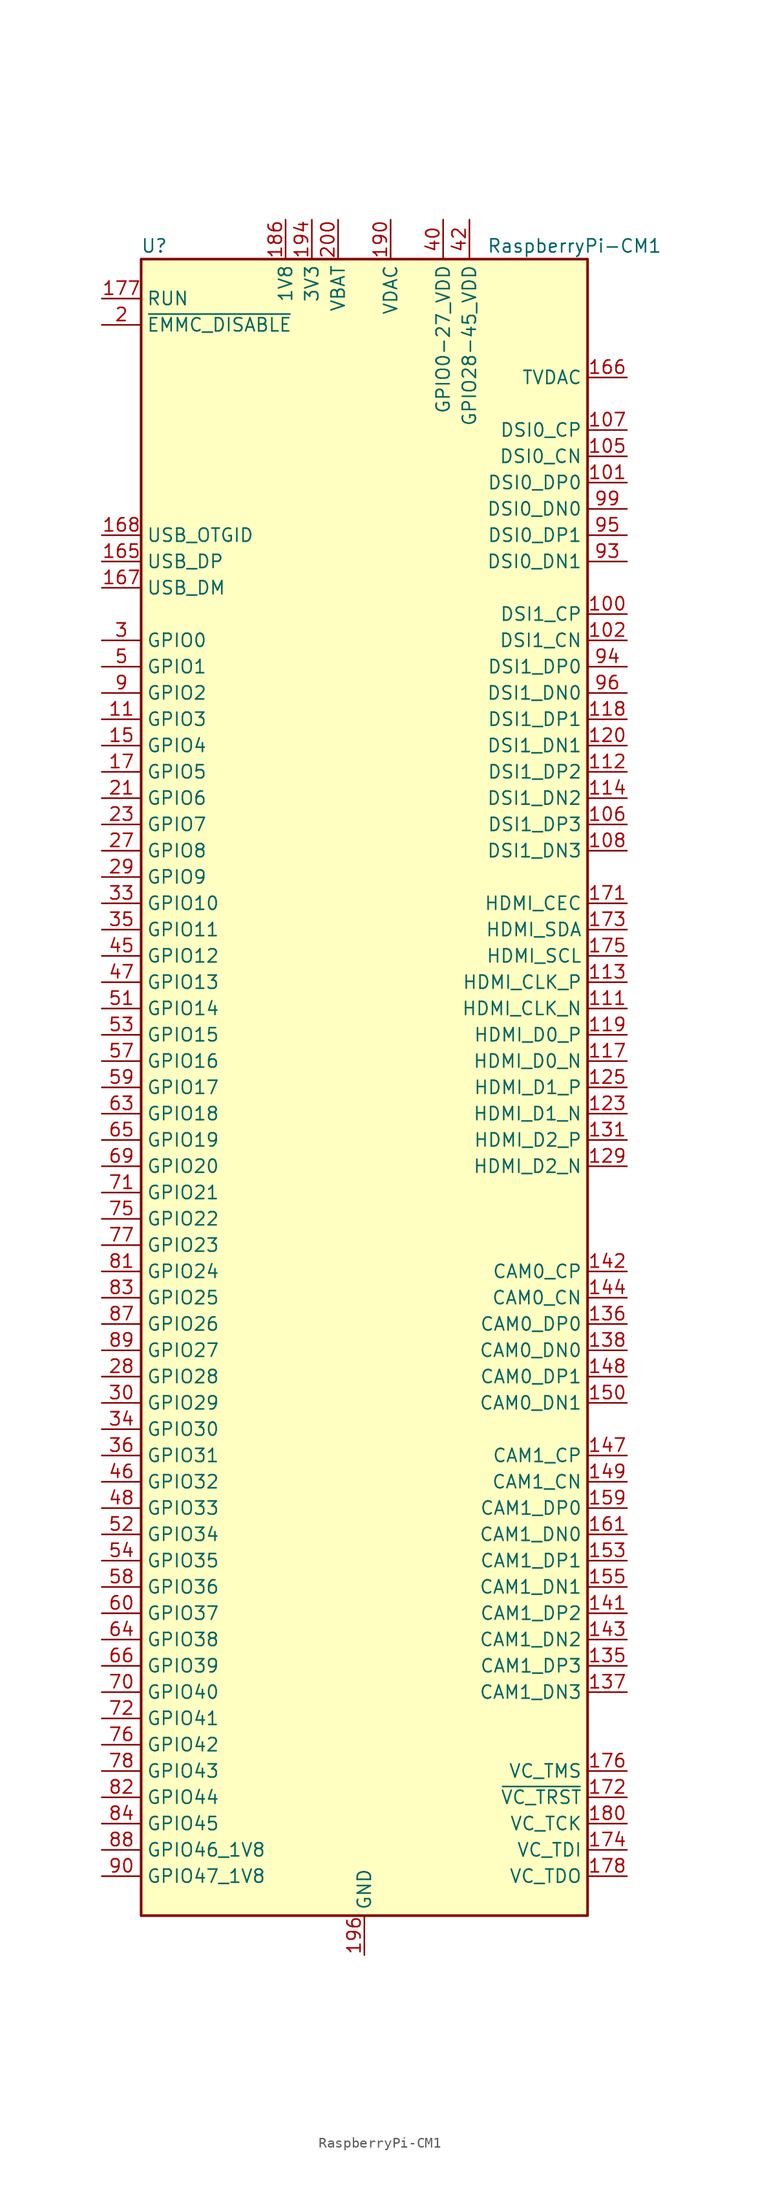
<source format=kicad_sym>
(kicad_symbol_lib
  (version 20241209)
  (generator "kicad_symbol_editor")
  (generator_version "9.0")
  (symbol "RaspberryPi-CM1"
    (property "Reference" "U"
      (at -20.32 81.28 0)
      (effects (font (size 1.27 1.27))))
    (property "Value" "RaspberryPi-CM1"
      (at 20.32 81.28 0)
      (effects (font (size 1.27 1.27))))
    (symbol "RaspberryPi-CM1_0_1"
      (rectangle (start -21.59 80.01) (end 21.59 -80.01) (stroke (width 0.254) (type default)) (fill (type background))))
    (symbol "RaspberryPi-CM1_1_1"
      (pin input line (at -25.4 76.2 0) (length 3.81) (name "RUN" (effects (font (size 1.27 1.27)))) (number "177" (effects (font (size 1.27 1.27)))))
      (pin input line (at -25.4 73.66 0) (length 3.81) (name "~{EMMC_DISABLE}" (effects (font (size 1.27 1.27)))) (number "2" (effects (font (size 1.27 1.27)))))
      (pin passive line (at -25.4 53.34 0) (length 3.81) (name "USB_OTGID" (effects (font (size 1.27 1.27)))) (number "168" (effects (font (size 1.27 1.27)))))
      (pin bidirectional line (at -25.4 50.8 0) (length 3.81) (name "USB_DP" (effects (font (size 1.27 1.27)))) (number "165" (effects (font (size 1.27 1.27)))))
      (pin bidirectional line (at -25.4 48.26 0) (length 3.81) (name "USB_DM" (effects (font (size 1.27 1.27)))) (number "167" (effects (font (size 1.27 1.27)))))
      (pin bidirectional line (at -25.4 43.18 0) (length 3.81) (name "GPIO0" (effects (font (size 1.27 1.27)))) (number "3" (effects (font (size 1.27 1.27)))))
      (pin bidirectional line (at -25.4 40.64 0) (length 3.81) (name "GPIO1" (effects (font (size 1.27 1.27)))) (number "5" (effects (font (size 1.27 1.27)))))
      (pin bidirectional line (at -25.4 38.1 0) (length 3.81) (name "GPIO2" (effects (font (size 1.27 1.27)))) (number "9" (effects (font (size 1.27 1.27)))))
      (pin bidirectional line (at -25.4 35.56 0) (length 3.81) (name "GPIO3" (effects (font (size 1.27 1.27)))) (number "11" (effects (font (size 1.27 1.27)))))
      (pin bidirectional line (at -25.4 33.02 0) (length 3.81) (name "GPIO4" (effects (font (size 1.27 1.27)))) (number "15" (effects (font (size 1.27 1.27)))))
      (pin bidirectional line (at -25.4 30.48 0) (length 3.81) (name "GPIO5" (effects (font (size 1.27 1.27)))) (number "17" (effects (font (size 1.27 1.27)))))
      (pin bidirectional line (at -25.4 27.94 0) (length 3.81) (name "GPIO6" (effects (font (size 1.27 1.27)))) (number "21" (effects (font (size 1.27 1.27)))))
      (pin bidirectional line (at -25.4 25.4 0) (length 3.81) (name "GPIO7" (effects (font (size 1.27 1.27)))) (number "23" (effects (font (size 1.27 1.27)))))
      (pin bidirectional line (at -25.4 22.86 0) (length 3.81) (name "GPIO8" (effects (font (size 1.27 1.27)))) (number "27" (effects (font (size 1.27 1.27)))))
      (pin bidirectional line (at -25.4 20.32 0) (length 3.81) (name "GPIO9" (effects (font (size 1.27 1.27)))) (number "29" (effects (font (size 1.27 1.27)))))
      (pin bidirectional line (at -25.4 17.78 0) (length 3.81) (name "GPIO10" (effects (font (size 1.27 1.27)))) (number "33" (effects (font (size 1.27 1.27)))))
      (pin bidirectional line (at -25.4 15.24 0) (length 3.81) (name "GPIO11" (effects (font (size 1.27 1.27)))) (number "35" (effects (font (size 1.27 1.27)))))
      (pin bidirectional line (at -25.4 12.7 0) (length 3.81) (name "GPIO12" (effects (font (size 1.27 1.27)))) (number "45" (effects (font (size 1.27 1.27)))))
      (pin bidirectional line (at -25.4 10.16 0) (length 3.81) (name "GPIO13" (effects (font (size 1.27 1.27)))) (number "47" (effects (font (size 1.27 1.27)))))
      (pin bidirectional line (at -25.4 7.62 0) (length 3.81) (name "GPIO14" (effects (font (size 1.27 1.27)))) (number "51" (effects (font (size 1.27 1.27)))))
      (pin bidirectional line (at -25.4 5.08 0) (length 3.81) (name "GPIO15" (effects (font (size 1.27 1.27)))) (number "53" (effects (font (size 1.27 1.27)))))
      (pin bidirectional line (at -25.4 2.54 0) (length 3.81) (name "GPIO16" (effects (font (size 1.27 1.27)))) (number "57" (effects (font (size 1.27 1.27)))))
      (pin bidirectional line (at -25.4 0 0) (length 3.81) (name "GPIO17" (effects (font (size 1.27 1.27)))) (number "59" (effects (font (size 1.27 1.27)))))
      (pin bidirectional line (at -25.4 -2.54 0) (length 3.81) (name "GPIO18" (effects (font (size 1.27 1.27)))) (number "63" (effects (font (size 1.27 1.27)))))
      (pin bidirectional line (at -25.4 -5.08 0) (length 3.81) (name "GPIO19" (effects (font (size 1.27 1.27)))) (number "65" (effects (font (size 1.27 1.27)))))
      (pin bidirectional line (at -25.4 -7.62 0) (length 3.81) (name "GPIO20" (effects (font (size 1.27 1.27)))) (number "69" (effects (font (size 1.27 1.27)))))
      (pin bidirectional line (at -25.4 -10.16 0) (length 3.81) (name "GPIO21" (effects (font (size 1.27 1.27)))) (number "71" (effects (font (size 1.27 1.27)))))
      (pin bidirectional line (at -25.4 -12.7 0) (length 3.81) (name "GPIO22" (effects (font (size 1.27 1.27)))) (number "75" (effects (font (size 1.27 1.27)))))
      (pin bidirectional line (at -25.4 -15.24 0) (length 3.81) (name "GPIO23" (effects (font (size 1.27 1.27)))) (number "77" (effects (font (size 1.27 1.27)))))
      (pin bidirectional line (at -25.4 -17.78 0) (length 3.81) (name "GPIO24" (effects (font (size 1.27 1.27)))) (number "81" (effects (font (size 1.27 1.27)))))
      (pin bidirectional line (at -25.4 -20.32 0) (length 3.81) (name "GPIO25" (effects (font (size 1.27 1.27)))) (number "83" (effects (font (size 1.27 1.27)))))
      (pin bidirectional line (at -25.4 -22.86 0) (length 3.81) (name "GPIO26" (effects (font (size 1.27 1.27)))) (number "87" (effects (font (size 1.27 1.27)))))
      (pin bidirectional line (at -25.4 -25.4 0) (length 3.81) (name "GPIO27" (effects (font (size 1.27 1.27)))) (number "89" (effects (font (size 1.27 1.27)))))
      (pin bidirectional line (at -25.4 -27.94 0) (length 3.81) (name "GPIO28" (effects (font (size 1.27 1.27)))) (number "28" (effects (font (size 1.27 1.27)))))
      (pin bidirectional line (at -25.4 -30.48 0) (length 3.81) (name "GPIO29" (effects (font (size 1.27 1.27)))) (number "30" (effects (font (size 1.27 1.27)))))
      (pin bidirectional line (at -25.4 -33.02 0) (length 3.81) (name "GPIO30" (effects (font (size 1.27 1.27)))) (number "34" (effects (font (size 1.27 1.27)))))
      (pin bidirectional line (at -25.4 -35.56 0) (length 3.81) (name "GPIO31" (effects (font (size 1.27 1.27)))) (number "36" (effects (font (size 1.27 1.27)))))
      (pin bidirectional line (at -25.4 -38.1 0) (length 3.81) (name "GPIO32" (effects (font (size 1.27 1.27)))) (number "46" (effects (font (size 1.27 1.27)))))
      (pin bidirectional line (at -25.4 -40.64 0) (length 3.81) (name "GPIO33" (effects (font (size 1.27 1.27)))) (number "48" (effects (font (size 1.27 1.27)))))
      (pin bidirectional line (at -25.4 -43.18 0) (length 3.81) (name "GPIO34" (effects (font (size 1.27 1.27)))) (number "52" (effects (font (size 1.27 1.27)))))
      (pin bidirectional line (at -25.4 -45.72 0) (length 3.81) (name "GPIO35" (effects (font (size 1.27 1.27)))) (number "54" (effects (font (size 1.27 1.27)))))
      (pin bidirectional line (at -25.4 -48.26 0) (length 3.81) (name "GPIO36" (effects (font (size 1.27 1.27)))) (number "58" (effects (font (size 1.27 1.27)))))
      (pin bidirectional line (at -25.4 -50.8 0) (length 3.81) (name "GPIO37" (effects (font (size 1.27 1.27)))) (number "60" (effects (font (size 1.27 1.27)))))
      (pin bidirectional line (at -25.4 -53.34 0) (length 3.81) (name "GPIO38" (effects (font (size 1.27 1.27)))) (number "64" (effects (font (size 1.27 1.27)))))
      (pin bidirectional line (at -25.4 -55.88 0) (length 3.81) (name "GPIO39" (effects (font (size 1.27 1.27)))) (number "66" (effects (font (size 1.27 1.27)))))
      (pin bidirectional line (at -25.4 -58.42 0) (length 3.81) (name "GPIO40" (effects (font (size 1.27 1.27)))) (number "70" (effects (font (size 1.27 1.27)))))
      (pin bidirectional line (at -25.4 -60.96 0) (length 3.81) (name "GPIO41" (effects (font (size 1.27 1.27)))) (number "72" (effects (font (size 1.27 1.27)))))
      (pin bidirectional line (at -25.4 -63.5 0) (length 3.81) (name "GPIO42" (effects (font (size 1.27 1.27)))) (number "76" (effects (font (size 1.27 1.27)))))
      (pin bidirectional line (at -25.4 -66.04 0) (length 3.81) (name "GPIO43" (effects (font (size 1.27 1.27)))) (number "78" (effects (font (size 1.27 1.27)))))
      (pin bidirectional line (at -25.4 -68.58 0) (length 3.81) (name "GPIO44" (effects (font (size 1.27 1.27)))) (number "82" (effects (font (size 1.27 1.27)))))
      (pin bidirectional line (at -25.4 -71.12 0) (length 3.81) (name "GPIO45" (effects (font (size 1.27 1.27)))) (number "84" (effects (font (size 1.27 1.27)))))
      (pin bidirectional line (at -25.4 -73.66 0) (length 3.81) (name "GPIO46_1V8" (effects (font (size 1.27 1.27)))) (number "88" (effects (font (size 1.27 1.27)))))
      (pin bidirectional line (at -25.4 -76.2 0) (length 3.81) (name "GPIO47_1V8" (effects (font (size 1.27 1.27)))) (number "90" (effects (font (size 1.27 1.27)))))
      (pin no_connect line (at -20.32 71.12 0) (length 2.54) (hide yes) (name "NC" (effects (font (size 1.27 1.27)))) (number "10" (effects (font (size 1.27 1.27)))))
      (pin no_connect line (at -20.32 68.58 0) (length 2.54) (hide yes) (name "NC" (effects (font (size 1.27 1.27)))) (number "12" (effects (font (size 1.27 1.27)))))
      (pin no_connect line (at -20.32 66.04 0) (length 2.54) (hide yes) (name "NC" (effects (font (size 1.27 1.27)))) (number "16" (effects (font (size 1.27 1.27)))))
      (pin no_connect line (at -20.32 63.5 0) (length 2.54) (hide yes) (name "NC" (effects (font (size 1.27 1.27)))) (number "18" (effects (font (size 1.27 1.27)))))
      (pin no_connect line (at -20.32 60.96 0) (length 2.54) (hide yes) (name "NC" (effects (font (size 1.27 1.27)))) (number "22" (effects (font (size 1.27 1.27)))))
      (pin no_connect line (at -20.32 58.42 0) (length 2.54) (hide yes) (name "NC" (effects (font (size 1.27 1.27)))) (number "24" (effects (font (size 1.27 1.27)))))
      (pin passive line (at -7.62 83.82 270) (length 3.81) (hide yes) (name "1V8" (effects (font (size 1.27 1.27)))) (number "183" (effects (font (size 1.27 1.27)))))
      (pin passive line (at -7.62 83.82 270) (length 3.81) (hide yes) (name "1V8" (effects (font (size 1.27 1.27)))) (number "184" (effects (font (size 1.27 1.27)))))
      (pin passive line (at -7.62 83.82 270) (length 3.81) (hide yes) (name "1V8" (effects (font (size 1.27 1.27)))) (number "185" (effects (font (size 1.27 1.27)))))
      (pin power_in line (at -7.62 83.82 270) (length 3.81) (name "1V8" (effects (font (size 1.27 1.27)))) (number "186" (effects (font (size 1.27 1.27)))))
      (pin passive line (at -5.08 83.82 270) (length 3.81) (hide yes) (name "3V3" (effects (font (size 1.27 1.27)))) (number "191" (effects (font (size 1.27 1.27)))))
      (pin passive line (at -5.08 83.82 270) (length 3.81) (hide yes) (name "3V3" (effects (font (size 1.27 1.27)))) (number "192" (effects (font (size 1.27 1.27)))))
      (pin passive line (at -5.08 83.82 270) (length 3.81) (hide yes) (name "3V3" (effects (font (size 1.27 1.27)))) (number "193" (effects (font (size 1.27 1.27)))))
      (pin power_in line (at -5.08 83.82 270) (length 3.81) (name "3V3" (effects (font (size 1.27 1.27)))) (number "194" (effects (font (size 1.27 1.27)))))
      (pin passive line (at -2.54 83.82 270) (length 3.81) (hide yes) (name "VBAT" (effects (font (size 1.27 1.27)))) (number "197" (effects (font (size 1.27 1.27)))))
      (pin passive line (at -2.54 83.82 270) (length 3.81) (hide yes) (name "VBAT" (effects (font (size 1.27 1.27)))) (number "198" (effects (font (size 1.27 1.27)))))
      (pin passive line (at -2.54 83.82 270) (length 3.81) (hide yes) (name "VBAT" (effects (font (size 1.27 1.27)))) (number "199" (effects (font (size 1.27 1.27)))))
      (pin power_in line (at -2.54 83.82 270) (length 3.81) (name "VBAT" (effects (font (size 1.27 1.27)))) (number "200" (effects (font (size 1.27 1.27)))))
      (pin no_connect line (at 0 78.74 270) (length 2.54) (hide yes) (name "VDD_CORE_(DO_NOT_CONNECT)" (effects (font (size 1.27 1.27)))) (number "179" (effects (font (size 1.27 1.27)))))
      (pin passive line (at 0 -83.82 90) (length 3.81) (hide yes) (name "GND" (effects (font (size 1.27 1.27)))) (number "1" (effects (font (size 1.27 1.27)))))
      (pin passive line (at 0 -83.82 90) (length 3.81) (hide yes) (name "GND" (effects (font (size 1.27 1.27)))) (number "103" (effects (font (size 1.27 1.27)))))
      (pin passive line (at 0 -83.82 90) (length 3.81) (hide yes) (name "GND" (effects (font (size 1.27 1.27)))) (number "104" (effects (font (size 1.27 1.27)))))
      (pin passive line (at 0 -83.82 90) (length 3.81) (hide yes) (name "GND" (effects (font (size 1.27 1.27)))) (number "109" (effects (font (size 1.27 1.27)))))
      (pin passive line (at 0 -83.82 90) (length 3.81) (hide yes) (name "GND" (effects (font (size 1.27 1.27)))) (number "110" (effects (font (size 1.27 1.27)))))
      (pin passive line (at 0 -83.82 90) (length 3.81) (hide yes) (name "GND" (effects (font (size 1.27 1.27)))) (number "115" (effects (font (size 1.27 1.27)))))
      (pin passive line (at 0 -83.82 90) (length 3.81) (hide yes) (name "GND" (effects (font (size 1.27 1.27)))) (number "116" (effects (font (size 1.27 1.27)))))
      (pin passive line (at 0 -83.82 90) (length 3.81) (hide yes) (name "GND" (effects (font (size 1.27 1.27)))) (number "121" (effects (font (size 1.27 1.27)))))
      (pin passive line (at 0 -83.82 90) (length 3.81) (hide yes) (name "GND" (effects (font (size 1.27 1.27)))) (number "122" (effects (font (size 1.27 1.27)))))
      (pin passive line (at 0 -83.82 90) (length 3.81) (hide yes) (name "GND" (effects (font (size 1.27 1.27)))) (number "127" (effects (font (size 1.27 1.27)))))
      (pin passive line (at 0 -83.82 90) (length 3.81) (hide yes) (name "GND" (effects (font (size 1.27 1.27)))) (number "13" (effects (font (size 1.27 1.27)))))
      (pin passive line (at 0 -83.82 90) (length 3.81) (hide yes) (name "GND" (effects (font (size 1.27 1.27)))) (number "133" (effects (font (size 1.27 1.27)))))
      (pin passive line (at 0 -83.82 90) (length 3.81) (hide yes) (name "GND" (effects (font (size 1.27 1.27)))) (number "134" (effects (font (size 1.27 1.27)))))
      (pin passive line (at 0 -83.82 90) (length 3.81) (hide yes) (name "GND" (effects (font (size 1.27 1.27)))) (number "139" (effects (font (size 1.27 1.27)))))
      (pin passive line (at 0 -83.82 90) (length 3.81) (hide yes) (name "GND" (effects (font (size 1.27 1.27)))) (number "140" (effects (font (size 1.27 1.27)))))
      (pin passive line (at 0 -83.82 90) (length 3.81) (hide yes) (name "GND" (effects (font (size 1.27 1.27)))) (number "145" (effects (font (size 1.27 1.27)))))
      (pin passive line (at 0 -83.82 90) (length 3.81) (hide yes) (name "GND" (effects (font (size 1.27 1.27)))) (number "146" (effects (font (size 1.27 1.27)))))
      (pin passive line (at 0 -83.82 90) (length 3.81) (hide yes) (name "GND" (effects (font (size 1.27 1.27)))) (number "151" (effects (font (size 1.27 1.27)))))
      (pin passive line (at 0 -83.82 90) (length 3.81) (hide yes) (name "GND" (effects (font (size 1.27 1.27)))) (number "152" (effects (font (size 1.27 1.27)))))
      (pin passive line (at 0 -83.82 90) (length 3.81) (hide yes) (name "GND" (effects (font (size 1.27 1.27)))) (number "157" (effects (font (size 1.27 1.27)))))
      (pin passive line (at 0 -83.82 90) (length 3.81) (hide yes) (name "GND" (effects (font (size 1.27 1.27)))) (number "163" (effects (font (size 1.27 1.27)))))
      (pin passive line (at 0 -83.82 90) (length 3.81) (hide yes) (name "GND" (effects (font (size 1.27 1.27)))) (number "164" (effects (font (size 1.27 1.27)))))
      (pin passive line (at 0 -83.82 90) (length 3.81) (hide yes) (name "GND" (effects (font (size 1.27 1.27)))) (number "169" (effects (font (size 1.27 1.27)))))
      (pin passive line (at 0 -83.82 90) (length 3.81) (hide yes) (name "GND" (effects (font (size 1.27 1.27)))) (number "170" (effects (font (size 1.27 1.27)))))
      (pin passive line (at 0 -83.82 90) (length 3.81) (hide yes) (name "GND" (effects (font (size 1.27 1.27)))) (number "181" (effects (font (size 1.27 1.27)))))
      (pin passive line (at 0 -83.82 90) (length 3.81) (hide yes) (name "GND" (effects (font (size 1.27 1.27)))) (number "182" (effects (font (size 1.27 1.27)))))
      (pin passive line (at 0 -83.82 90) (length 3.81) (hide yes) (name "GND" (effects (font (size 1.27 1.27)))) (number "187" (effects (font (size 1.27 1.27)))))
      (pin passive line (at 0 -83.82 90) (length 3.81) (hide yes) (name "GND" (effects (font (size 1.27 1.27)))) (number "188" (effects (font (size 1.27 1.27)))))
      (pin passive line (at 0 -83.82 90) (length 3.81) (hide yes) (name "GND" (effects (font (size 1.27 1.27)))) (number "19" (effects (font (size 1.27 1.27)))))
      (pin passive line (at 0 -83.82 90) (length 3.81) (hide yes) (name "GND" (effects (font (size 1.27 1.27)))) (number "195" (effects (font (size 1.27 1.27)))))
      (pin power_out line (at 0 -83.82 90) (length 3.81) (name "GND" (effects (font (size 1.27 1.27)))) (number "196" (effects (font (size 1.27 1.27)))))
      (pin passive line (at 0 -83.82 90) (length 3.81) (hide yes) (name "GND" (effects (font (size 1.27 1.27)))) (number "25" (effects (font (size 1.27 1.27)))))
      (pin passive line (at 0 -83.82 90) (length 3.81) (hide yes) (name "GND" (effects (font (size 1.27 1.27)))) (number "26" (effects (font (size 1.27 1.27)))))
      (pin passive line (at 0 -83.82 90) (length 3.81) (hide yes) (name "GND" (effects (font (size 1.27 1.27)))) (number "31" (effects (font (size 1.27 1.27)))))
      (pin passive line (at 0 -83.82 90) (length 3.81) (hide yes) (name "GND" (effects (font (size 1.27 1.27)))) (number "32" (effects (font (size 1.27 1.27)))))
      (pin passive line (at 0 -83.82 90) (length 3.81) (hide yes) (name "GND" (effects (font (size 1.27 1.27)))) (number "37" (effects (font (size 1.27 1.27)))))
      (pin passive line (at 0 -83.82 90) (length 3.81) (hide yes) (name "GND" (effects (font (size 1.27 1.27)))) (number "38" (effects (font (size 1.27 1.27)))))
      (pin passive line (at 0 -83.82 90) (length 3.81) (hide yes) (name "GND" (effects (font (size 1.27 1.27)))) (number "43" (effects (font (size 1.27 1.27)))))
      (pin passive line (at 0 -83.82 90) (length 3.81) (hide yes) (name "GND" (effects (font (size 1.27 1.27)))) (number "44" (effects (font (size 1.27 1.27)))))
      (pin passive line (at 0 -83.82 90) (length 3.81) (hide yes) (name "GND" (effects (font (size 1.27 1.27)))) (number "49" (effects (font (size 1.27 1.27)))))
      (pin passive line (at 0 -83.82 90) (length 3.81) (hide yes) (name "GND" (effects (font (size 1.27 1.27)))) (number "50" (effects (font (size 1.27 1.27)))))
      (pin passive line (at 0 -83.82 90) (length 3.81) (hide yes) (name "GND" (effects (font (size 1.27 1.27)))) (number "55" (effects (font (size 1.27 1.27)))))
      (pin passive line (at 0 -83.82 90) (length 3.81) (hide yes) (name "GND" (effects (font (size 1.27 1.27)))) (number "56" (effects (font (size 1.27 1.27)))))
      (pin passive line (at 0 -83.82 90) (length 3.81) (hide yes) (name "GND" (effects (font (size 1.27 1.27)))) (number "61" (effects (font (size 1.27 1.27)))))
      (pin passive line (at 0 -83.82 90) (length 3.81) (hide yes) (name "GND" (effects (font (size 1.27 1.27)))) (number "62" (effects (font (size 1.27 1.27)))))
      (pin passive line (at 0 -83.82 90) (length 3.81) (hide yes) (name "GND" (effects (font (size 1.27 1.27)))) (number "67" (effects (font (size 1.27 1.27)))))
      (pin passive line (at 0 -83.82 90) (length 3.81) (hide yes) (name "GND" (effects (font (size 1.27 1.27)))) (number "68" (effects (font (size 1.27 1.27)))))
      (pin passive line (at 0 -83.82 90) (length 3.81) (hide yes) (name "GND" (effects (font (size 1.27 1.27)))) (number "7" (effects (font (size 1.27 1.27)))))
      (pin passive line (at 0 -83.82 90) (length 3.81) (hide yes) (name "GND" (effects (font (size 1.27 1.27)))) (number "73" (effects (font (size 1.27 1.27)))))
      (pin passive line (at 0 -83.82 90) (length 3.81) (hide yes) (name "GND" (effects (font (size 1.27 1.27)))) (number "74" (effects (font (size 1.27 1.27)))))
      (pin passive line (at 0 -83.82 90) (length 3.81) (hide yes) (name "GND" (effects (font (size 1.27 1.27)))) (number "79" (effects (font (size 1.27 1.27)))))
      (pin passive line (at 0 -83.82 90) (length 3.81) (hide yes) (name "GND" (effects (font (size 1.27 1.27)))) (number "80" (effects (font (size 1.27 1.27)))))
      (pin passive line (at 0 -83.82 90) (length 3.81) (hide yes) (name "GND" (effects (font (size 1.27 1.27)))) (number "85" (effects (font (size 1.27 1.27)))))
      (pin passive line (at 0 -83.82 90) (length 3.81) (hide yes) (name "GND" (effects (font (size 1.27 1.27)))) (number "86" (effects (font (size 1.27 1.27)))))
      (pin passive line (at 0 -83.82 90) (length 3.81) (hide yes) (name "GND" (effects (font (size 1.27 1.27)))) (number "91" (effects (font (size 1.27 1.27)))))
      (pin passive line (at 0 -83.82 90) (length 3.81) (hide yes) (name "GND" (effects (font (size 1.27 1.27)))) (number "92" (effects (font (size 1.27 1.27)))))
      (pin passive line (at 0 -83.82 90) (length 3.81) (hide yes) (name "GND" (effects (font (size 1.27 1.27)))) (number "97" (effects (font (size 1.27 1.27)))))
      (pin passive line (at 0 -83.82 90) (length 3.81) (hide yes) (name "GND" (effects (font (size 1.27 1.27)))) (number "98" (effects (font (size 1.27 1.27)))))
      (pin passive line (at 2.54 83.82 270) (length 3.81) (hide yes) (name "VDAC" (effects (font (size 1.27 1.27)))) (number "189" (effects (font (size 1.27 1.27)))))
      (pin power_in line (at 2.54 83.82 270) (length 3.81) (name "VDAC" (effects (font (size 1.27 1.27)))) (number "190" (effects (font (size 1.27 1.27)))))
      (pin no_connect line (at 2.54 -78.74 90) (length 2.54) (hide yes) (name "NC" (effects (font (size 1.27 1.27)))) (number "8" (effects (font (size 1.27 1.27)))))
      (pin no_connect line (at 5.08 78.74 270) (length 2.54) (hide yes) (name "NC" (effects (font (size 1.27 1.27)))) (number "4" (effects (font (size 1.27 1.27)))))
      (pin no_connect line (at 5.08 -78.74 90) (length 2.54) (hide yes) (name "NC" (effects (font (size 1.27 1.27)))) (number "14" (effects (font (size 1.27 1.27)))))
      (pin passive line (at 7.62 83.82 270) (length 3.81) (hide yes) (name "GPIO0-27_VDD" (effects (font (size 1.27 1.27)))) (number "39" (effects (font (size 1.27 1.27)))))
      (pin power_in line (at 7.62 83.82 270) (length 3.81) (name "GPIO0-27_VDD" (effects (font (size 1.27 1.27)))) (number "40" (effects (font (size 1.27 1.27)))))
      (pin no_connect line (at 7.62 -78.74 90) (length 2.54) (hide yes) (name "NC" (effects (font (size 1.27 1.27)))) (number "20" (effects (font (size 1.27 1.27)))))
      (pin passive line (at 10.16 83.82 270) (length 3.81) (hide yes) (name "GPIO28-45_VDD" (effects (font (size 1.27 1.27)))) (number "41" (effects (font (size 1.27 1.27)))))
      (pin power_in line (at 10.16 83.82 270) (length 3.81) (name "GPIO28-45_VDD" (effects (font (size 1.27 1.27)))) (number "42" (effects (font (size 1.27 1.27)))))
      (pin no_connect line (at 12.7 78.74 270) (length 2.54) (hide yes) (name "NC" (effects (font (size 1.27 1.27)))) (number "6" (effects (font (size 1.27 1.27)))))
      (pin no_connect line (at 20.32 76.2 180) (length 2.54) (hide yes) (name "NC" (effects (font (size 1.27 1.27)))) (number "124" (effects (font (size 1.27 1.27)))))
      (pin no_connect line (at 20.32 73.66 180) (length 2.54) (hide yes) (name "NC" (effects (font (size 1.27 1.27)))) (number "126" (effects (font (size 1.27 1.27)))))
      (pin no_connect line (at 20.32 71.12 180) (length 2.54) (hide yes) (name "NC" (effects (font (size 1.27 1.27)))) (number "128" (effects (font (size 1.27 1.27)))))
      (pin no_connect line (at 20.32 66.04 180) (length 2.54) (hide yes) (name "NC" (effects (font (size 1.27 1.27)))) (number "130" (effects (font (size 1.27 1.27)))))
      (pin no_connect line (at 20.32 48.26 180) (length 2.54) (hide yes) (name "NC" (effects (font (size 1.27 1.27)))) (number "132" (effects (font (size 1.27 1.27)))))
      (pin no_connect line (at 20.32 20.32 180) (length 2.54) (hide yes) (name "NC" (effects (font (size 1.27 1.27)))) (number "158" (effects (font (size 1.27 1.27)))))
      (pin no_connect line (at 20.32 -12.7 180) (length 2.54) (hide yes) (name "NC" (effects (font (size 1.27 1.27)))) (number "156" (effects (font (size 1.27 1.27)))))
      (pin no_connect line (at 20.32 -15.24 180) (length 2.54) (hide yes) (name "NC" (effects (font (size 1.27 1.27)))) (number "154" (effects (font (size 1.27 1.27)))))
      (pin no_connect line (at 20.32 -60.96 180) (length 2.54) (hide yes) (name "NC" (effects (font (size 1.27 1.27)))) (number "160" (effects (font (size 1.27 1.27)))))
      (pin no_connect line (at 20.32 -63.5 180) (length 2.54) (hide yes) (name "NC" (effects (font (size 1.27 1.27)))) (number "162" (effects (font (size 1.27 1.27)))))
      (pin output line (at 25.4 68.58 180) (length 3.81) (name "TVDAC" (effects (font (size 1.27 1.27)))) (number "166" (effects (font (size 1.27 1.27)))))
      (pin output line (at 25.4 63.5 180) (length 3.81) (name "DSI0_CP" (effects (font (size 1.27 1.27)))) (number "107" (effects (font (size 1.27 1.27)))))
      (pin output line (at 25.4 60.96 180) (length 3.81) (name "DSI0_CN" (effects (font (size 1.27 1.27)))) (number "105" (effects (font (size 1.27 1.27)))))
      (pin output line (at 25.4 58.42 180) (length 3.81) (name "DSI0_DP0" (effects (font (size 1.27 1.27)))) (number "101" (effects (font (size 1.27 1.27)))))
      (pin output line (at 25.4 55.88 180) (length 3.81) (name "DSI0_DN0" (effects (font (size 1.27 1.27)))) (number "99" (effects (font (size 1.27 1.27)))))
      (pin output line (at 25.4 53.34 180) (length 3.81) (name "DSI0_DP1" (effects (font (size 1.27 1.27)))) (number "95" (effects (font (size 1.27 1.27)))))
      (pin output line (at 25.4 50.8 180) (length 3.81) (name "DSI0_DN1" (effects (font (size 1.27 1.27)))) (number "93" (effects (font (size 1.27 1.27)))))
      (pin output line (at 25.4 45.72 180) (length 3.81) (name "DSI1_CP" (effects (font (size 1.27 1.27)))) (number "100" (effects (font (size 1.27 1.27)))))
      (pin output line (at 25.4 43.18 180) (length 3.81) (name "DSI1_CN" (effects (font (size 1.27 1.27)))) (number "102" (effects (font (size 1.27 1.27)))))
      (pin output line (at 25.4 40.64 180) (length 3.81) (name "DSI1_DP0" (effects (font (size 1.27 1.27)))) (number "94" (effects (font (size 1.27 1.27)))))
      (pin output line (at 25.4 38.1 180) (length 3.81) (name "DSI1_DN0" (effects (font (size 1.27 1.27)))) (number "96" (effects (font (size 1.27 1.27)))))
      (pin output line (at 25.4 35.56 180) (length 3.81) (name "DSI1_DP1" (effects (font (size 1.27 1.27)))) (number "118" (effects (font (size 1.27 1.27)))))
      (pin output line (at 25.4 33.02 180) (length 3.81) (name "DSI1_DN1" (effects (font (size 1.27 1.27)))) (number "120" (effects (font (size 1.27 1.27)))))
      (pin output line (at 25.4 30.48 180) (length 3.81) (name "DSI1_DP2" (effects (font (size 1.27 1.27)))) (number "112" (effects (font (size 1.27 1.27)))))
      (pin output line (at 25.4 27.94 180) (length 3.81) (name "DSI1_DN2" (effects (font (size 1.27 1.27)))) (number "114" (effects (font (size 1.27 1.27)))))
      (pin output line (at 25.4 25.4 180) (length 3.81) (name "DSI1_DP3" (effects (font (size 1.27 1.27)))) (number "106" (effects (font (size 1.27 1.27)))))
      (pin output line (at 25.4 22.86 180) (length 3.81) (name "DSI1_DN3" (effects (font (size 1.27 1.27)))) (number "108" (effects (font (size 1.27 1.27)))))
      (pin bidirectional line (at 25.4 17.78 180) (length 3.81) (name "HDMI_CEC" (effects (font (size 1.27 1.27)))) (number "171" (effects (font (size 1.27 1.27)))))
      (pin bidirectional line (at 25.4 15.24 180) (length 3.81) (name "HDMI_SDA" (effects (font (size 1.27 1.27)))) (number "173" (effects (font (size 1.27 1.27)))))
      (pin bidirectional line (at 25.4 12.7 180) (length 3.81) (name "HDMI_SCL" (effects (font (size 1.27 1.27)))) (number "175" (effects (font (size 1.27 1.27)))))
      (pin output line (at 25.4 10.16 180) (length 3.81) (name "HDMI_CLK_P" (effects (font (size 1.27 1.27)))) (number "113" (effects (font (size 1.27 1.27)))))
      (pin output line (at 25.4 7.62 180) (length 3.81) (name "HDMI_CLK_N" (effects (font (size 1.27 1.27)))) (number "111" (effects (font (size 1.27 1.27)))))
      (pin output line (at 25.4 5.08 180) (length 3.81) (name "HDMI_D0_P" (effects (font (size 1.27 1.27)))) (number "119" (effects (font (size 1.27 1.27)))))
      (pin output line (at 25.4 2.54 180) (length 3.81) (name "HDMI_D0_N" (effects (font (size 1.27 1.27)))) (number "117" (effects (font (size 1.27 1.27)))))
      (pin output line (at 25.4 0 180) (length 3.81) (name "HDMI_D1_P" (effects (font (size 1.27 1.27)))) (number "125" (effects (font (size 1.27 1.27)))))
      (pin output line (at 25.4 -2.54 180) (length 3.81) (name "HDMI_D1_N" (effects (font (size 1.27 1.27)))) (number "123" (effects (font (size 1.27 1.27)))))
      (pin output line (at 25.4 -5.08 180) (length 3.81) (name "HDMI_D2_P" (effects (font (size 1.27 1.27)))) (number "131" (effects (font (size 1.27 1.27)))))
      (pin output line (at 25.4 -7.62 180) (length 3.81) (name "HDMI_D2_N" (effects (font (size 1.27 1.27)))) (number "129" (effects (font (size 1.27 1.27)))))
      (pin input line (at 25.4 -17.78 180) (length 3.81) (name "CAM0_CP" (effects (font (size 1.27 1.27)))) (number "142" (effects (font (size 1.27 1.27)))))
      (pin input line (at 25.4 -20.32 180) (length 3.81) (name "CAM0_CN" (effects (font (size 1.27 1.27)))) (number "144" (effects (font (size 1.27 1.27)))))
      (pin input line (at 25.4 -22.86 180) (length 3.81) (name "CAM0_DP0" (effects (font (size 1.27 1.27)))) (number "136" (effects (font (size 1.27 1.27)))))
      (pin input line (at 25.4 -25.4 180) (length 3.81) (name "CAM0_DN0" (effects (font (size 1.27 1.27)))) (number "138" (effects (font (size 1.27 1.27)))))
      (pin input line (at 25.4 -27.94 180) (length 3.81) (name "CAM0_DP1" (effects (font (size 1.27 1.27)))) (number "148" (effects (font (size 1.27 1.27)))))
      (pin input line (at 25.4 -30.48 180) (length 3.81) (name "CAM0_DN1" (effects (font (size 1.27 1.27)))) (number "150" (effects (font (size 1.27 1.27)))))
      (pin input line (at 25.4 -35.56 180) (length 3.81) (name "CAM1_CP" (effects (font (size 1.27 1.27)))) (number "147" (effects (font (size 1.27 1.27)))))
      (pin input line (at 25.4 -38.1 180) (length 3.81) (name "CAM1_CN" (effects (font (size 1.27 1.27)))) (number "149" (effects (font (size 1.27 1.27)))))
      (pin input line (at 25.4 -40.64 180) (length 3.81) (name "CAM1_DP0" (effects (font (size 1.27 1.27)))) (number "159" (effects (font (size 1.27 1.27)))))
      (pin input line (at 25.4 -43.18 180) (length 3.81) (name "CAM1_DN0" (effects (font (size 1.27 1.27)))) (number "161" (effects (font (size 1.27 1.27)))))
      (pin input line (at 25.4 -45.72 180) (length 3.81) (name "CAM1_DP1" (effects (font (size 1.27 1.27)))) (number "153" (effects (font (size 1.27 1.27)))))
      (pin input line (at 25.4 -48.26 180) (length 3.81) (name "CAM1_DN1" (effects (font (size 1.27 1.27)))) (number "155" (effects (font (size 1.27 1.27)))))
      (pin input line (at 25.4 -50.8 180) (length 3.81) (name "CAM1_DP2" (effects (font (size 1.27 1.27)))) (number "141" (effects (font (size 1.27 1.27)))))
      (pin input line (at 25.4 -53.34 180) (length 3.81) (name "CAM1_DN2" (effects (font (size 1.27 1.27)))) (number "143" (effects (font (size 1.27 1.27)))))
      (pin input line (at 25.4 -55.88 180) (length 3.81) (name "CAM1_DP3" (effects (font (size 1.27 1.27)))) (number "135" (effects (font (size 1.27 1.27)))))
      (pin input line (at 25.4 -58.42 180) (length 3.81) (name "CAM1_DN3" (effects (font (size 1.27 1.27)))) (number "137" (effects (font (size 1.27 1.27)))))
      (pin input line (at 25.4 -66.04 180) (length 3.81) (name "VC_TMS" (effects (font (size 1.27 1.27)))) (number "176" (effects (font (size 1.27 1.27)))))
      (pin input line (at 25.4 -68.58 180) (length 3.81) (name "~{VC_TRST}" (effects (font (size 1.27 1.27)))) (number "172" (effects (font (size 1.27 1.27)))))
      (pin input line (at 25.4 -71.12 180) (length 3.81) (name "VC_TCK" (effects (font (size 1.27 1.27)))) (number "180" (effects (font (size 1.27 1.27)))))
      (pin input line (at 25.4 -73.66 180) (length 3.81) (name "VC_TDI" (effects (font (size 1.27 1.27)))) (number "174" (effects (font (size 1.27 1.27)))))
      (pin output line (at 25.4 -76.2 180) (length 3.81) (name "VC_TDO" (effects (font (size 1.27 1.27)))) (number "178" (effects (font (size 1.27 1.27))))))))
</source>
